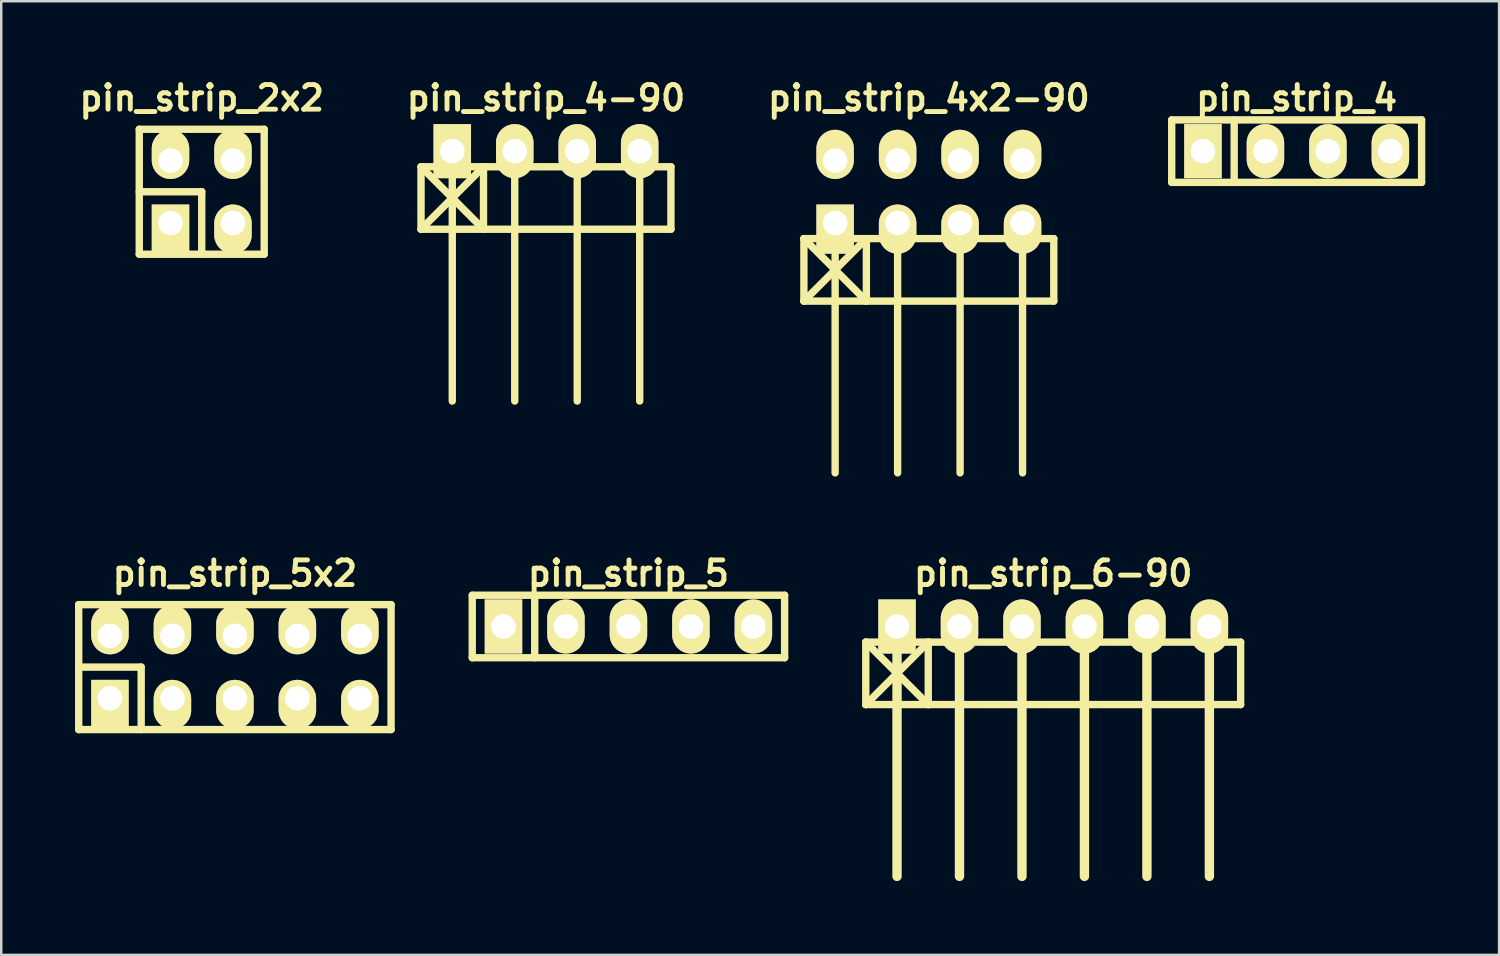
<source format=kicad_pcb>
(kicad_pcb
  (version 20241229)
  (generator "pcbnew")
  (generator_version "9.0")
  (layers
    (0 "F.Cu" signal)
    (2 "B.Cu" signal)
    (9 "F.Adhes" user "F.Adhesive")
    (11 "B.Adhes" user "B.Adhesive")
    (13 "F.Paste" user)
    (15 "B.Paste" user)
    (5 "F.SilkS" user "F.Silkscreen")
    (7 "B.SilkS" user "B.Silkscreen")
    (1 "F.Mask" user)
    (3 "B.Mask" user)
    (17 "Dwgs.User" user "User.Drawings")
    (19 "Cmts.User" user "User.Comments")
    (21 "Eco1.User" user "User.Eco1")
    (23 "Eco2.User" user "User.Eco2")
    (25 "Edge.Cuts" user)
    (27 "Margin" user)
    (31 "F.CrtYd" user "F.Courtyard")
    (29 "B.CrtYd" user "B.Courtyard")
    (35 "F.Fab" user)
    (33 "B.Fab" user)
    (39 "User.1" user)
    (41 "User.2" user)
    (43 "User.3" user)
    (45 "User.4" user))
  (footprint "pin_strip_6-90"
    (layer "F.Cu")
    (at 39.77 22.421)
    (property "Reference" "pin_strip_6-90" (at 0 -2.159 0) (layer "F.SilkS") (effects (font (size 1 1) (thickness 0.2))))
    (attr through_hole)
    (fp_line (start -7.62 0.635) (end 7.62 0.635) (stroke (width 0.3) (type solid)) (layer "F.SilkS"))
    (fp_line (start -7.62 3.175) (end -7.62 0.635) (stroke (width 0.3) (type solid)) (layer "F.SilkS"))
    (fp_line (start -7.62 3.175) (end -5.08 0.635) (stroke (width 0.3) (type solid)) (layer "F.SilkS"))
    (fp_line (start -6.35 0) (end -6.35 10.16) (stroke (width 0.381) (type solid)) (layer "F.SilkS"))
    (fp_line (start -5.08 0.635) (end -5.08 3.175) (stroke (width 0.3) (type solid)) (layer "F.SilkS"))
    (fp_line (start -5.08 3.175) (end -7.62 0.635) (stroke (width 0.3) (type solid)) (layer "F.SilkS"))
    (fp_line (start -3.81 0) (end -3.81 10.16) (stroke (width 0.381) (type solid)) (layer "F.SilkS"))
    (fp_line (start -1.27 10.16) (end -1.27 0) (stroke (width 0.381) (type solid)) (layer "F.SilkS"))
    (fp_line (start 1.27 0) (end 1.27 10.16) (stroke (width 0.381) (type solid)) (layer "F.SilkS"))
    (fp_line (start 3.81 0) (end 3.81 10.16) (stroke (width 0.381) (type solid)) (layer "F.SilkS"))
    (fp_line (start 6.35 0) (end 6.35 10.16) (stroke (width 0.381) (type solid)) (layer "F.SilkS"))
    (fp_line (start 7.62 0.635) (end 7.62 3.175) (stroke (width 0.3) (type solid)) (layer "F.SilkS"))
    (fp_line (start 7.62 3.175) (end -7.62 3.175) (stroke (width 0.3) (type solid)) (layer "F.SilkS"))
    (pad "1" thru_hole rect (at -6.35 0) (size 1.524 2.2) (drill 1.001) (layers "*.Cu" "*.Mask" "F.SilkS"))
    (pad "2" thru_hole oval (at -3.81 0) (size 1.524 2.2) (drill 1.001) (layers "*.Cu" "*.Mask" "F.SilkS"))
    (pad "3" thru_hole oval (at -1.27 0) (size 1.524 2.2) (drill 1.001) (layers "*.Cu" "*.Mask" "F.SilkS"))
    (pad "4" thru_hole oval (at 1.27 0) (size 1.524 2.2) (drill 1.001) (layers "*.Cu" "*.Mask" "F.SilkS"))
    (pad "5" thru_hole oval (at 3.81 0) (size 1.524 2.2) (drill 1.001) (layers "*.Cu" "*.Mask" "F.SilkS"))
    (pad "6" thru_hole oval (at 6.35 0) (size 1.524 2.2) (drill 1.001) (layers "*.Cu" "*.Mask" "F.SilkS")))
  (footprint "pin_strip_4-90"
    (layer "F.Cu")
    (at 19.148 3.095)
    (property "Reference" "pin_strip_4-90" (at 0 -2.159 0) (layer "F.SilkS") (effects (font (size 1 1) (thickness 0.2))))
    (attr through_hole)
    (fp_line (start -5.08 0.635) (end -2.54 3.175) (stroke (width 0.3) (type solid)) (layer "F.SilkS"))
    (fp_line (start -5.08 0.635) (end 5.08 0.635) (stroke (width 0.3) (type solid)) (layer "F.SilkS"))
    (fp_line (start -5.08 3.175) (end -5.08 0.635) (stroke (width 0.3) (type solid)) (layer "F.SilkS"))
    (fp_line (start -3.81 0) (end -3.81 10.16) (stroke (width 0.3) (type solid)) (layer "F.SilkS"))
    (fp_line (start -2.54 0.635) (end -5.08 3.175) (stroke (width 0.3) (type solid)) (layer "F.SilkS"))
    (fp_line (start -2.54 0.635) (end -2.54 3.175) (stroke (width 0.3) (type solid)) (layer "F.SilkS"))
    (fp_line (start -1.27 0) (end -1.27 10.16) (stroke (width 0.3) (type solid)) (layer "F.SilkS"))
    (fp_line (start 1.27 10.16) (end 1.27 0) (stroke (width 0.3) (type solid)) (layer "F.SilkS"))
    (fp_line (start 3.81 0) (end 3.81 10.16) (stroke (width 0.3) (type solid)) (layer "F.SilkS"))
    (fp_line (start 5.08 0.635) (end 5.08 3.175) (stroke (width 0.3) (type solid)) (layer "F.SilkS"))
    (fp_line (start 5.08 3.175) (end -5.08 3.175) (stroke (width 0.3) (type solid)) (layer "F.SilkS"))
    (pad "1" thru_hole rect (at -3.81 0) (size 1.524 2.2) (drill 1.001) (layers "*.Cu" "*.Mask" "F.SilkS"))
    (pad "2" thru_hole oval (at -1.27 0) (size 1.524 2.2) (drill 1.001) (layers "*.Cu" "*.Mask" "F.SilkS"))
    (pad "3" thru_hole oval (at 1.27 0) (size 1.524 2.2) (drill 1.001) (layers "*.Cu" "*.Mask" "F.SilkS"))
    (pad "4" thru_hole oval (at 3.81 0) (size 1.524 2.2) (drill 1.001) (layers "*.Cu" "*.Mask" "F.SilkS")))
  (footprint "pin_strip_4x2-90"
    (layer "F.Cu")
    (at 34.714 4.746)
    (property "Reference" "pin_strip_4x2-90" (at 0 -3.81 0) (layer "F.SilkS") (effects (font (size 1 1) (thickness 0.2))))
    (attr through_hole)
    (fp_line (start -5.08 1.905) (end -2.54 4.445) (stroke (width 0.3) (type solid)) (layer "F.SilkS"))
    (fp_line (start -5.08 1.905) (end 5.08 1.905) (stroke (width 0.3) (type solid)) (layer "F.SilkS"))
    (fp_line (start -5.08 4.445) (end -5.08 1.905) (stroke (width 0.3) (type solid)) (layer "F.SilkS"))
    (fp_line (start -3.81 1.27) (end -3.81 11.43) (stroke (width 0.3) (type solid)) (layer "F.SilkS"))
    (fp_line (start -2.54 1.905) (end -5.08 4.445) (stroke (width 0.3) (type solid)) (layer "F.SilkS"))
    (fp_line (start -2.54 4.445) (end -2.54 1.905) (stroke (width 0.3) (type solid)) (layer "F.SilkS"))
    (fp_line (start -1.27 1.27) (end -1.27 11.43) (stroke (width 0.3) (type solid)) (layer "F.SilkS"))
    (fp_line (start 1.27 11.43) (end 1.27 1.27) (stroke (width 0.3) (type solid)) (layer "F.SilkS"))
    (fp_line (start 3.81 1.27) (end 3.81 11.43) (stroke (width 0.3) (type solid)) (layer "F.SilkS"))
    (fp_line (start 5.08 1.905) (end 5.08 4.445) (stroke (width 0.3) (type solid)) (layer "F.SilkS"))
    (fp_line (start 5.08 4.445) (end -5.08 4.445) (stroke (width 0.3) (type solid)) (layer "F.SilkS"))
    (pad "1" thru_hole rect (at -3.81 1.27) (size 1.524 1.999) (drill 1.001 (offset 0 0.249)) (layers "*.Cu" "*.Mask" "F.SilkS"))
    (pad "2" thru_hole oval (at -3.81 -1.27) (size 1.524 1.999) (drill 1.001 (offset 0 -0.249)) (layers "*.Cu" "*.Mask" "F.SilkS"))
    (pad "3" thru_hole oval (at -1.27 1.27) (size 1.524 1.999) (drill 1.001 (offset 0 0.249)) (layers "*.Cu" "*.Mask" "F.SilkS"))
    (pad "4" thru_hole oval (at -1.27 -1.27) (size 1.524 1.999) (drill 1.001 (offset 0 -0.249)) (layers "*.Cu" "*.Mask" "F.SilkS"))
    (pad "5" thru_hole oval (at 1.27 1.27) (size 1.524 1.999) (drill 1.001 (offset 0 0.249)) (layers "*.Cu" "*.Mask" "F.SilkS"))
    (pad "6" thru_hole oval (at 1.27 -1.27) (size 1.524 1.999) (drill 1.001 (offset 0 -0.249)) (layers "*.Cu" "*.Mask" "F.SilkS"))
    (pad "7" thru_hole oval (at 3.81 1.27) (size 1.524 1.999) (drill 1.001 (offset 0 0.249)) (layers "*.Cu" "*.Mask" "F.SilkS"))
    (pad "8" thru_hole oval (at 3.81 -1.27) (size 1.524 1.999) (drill 1.001 (offset 0 -0.249)) (layers "*.Cu" "*.Mask" "F.SilkS")))
  (footprint "pin_strip_5x2"
    (layer "F.Cu")
    (at 6.5 24.072)
    (property "Reference" "pin_strip_5x2" (at 0 -3.81 0) (layer "F.SilkS") (effects (font (size 1 1) (thickness 0.2))))
    (attr through_hole)
    (fp_line (start -6.35 -2.54) (end -6.35 2.54) (stroke (width 0.3) (type solid)) (layer "F.SilkS"))
    (fp_line (start -6.35 -2.54) (end 6.35 -2.54) (stroke (width 0.3) (type solid)) (layer "F.SilkS"))
    (fp_line (start -6.35 0) (end -3.81 0) (stroke (width 0.3) (type solid)) (layer "F.SilkS"))
    (fp_line (start -3.81 0) (end -3.81 2.54) (stroke (width 0.3) (type solid)) (layer "F.SilkS"))
    (fp_line (start 6.35 -2.54) (end 6.35 2.54) (stroke (width 0.3) (type solid)) (layer "F.SilkS"))
    (fp_line (start 6.35 2.54) (end -6.35 2.54) (stroke (width 0.3) (type solid)) (layer "F.SilkS"))
    (pad "1" thru_hole rect (at -5.08 1.27) (size 1.524 1.999) (drill 1.001 (offset 0 0.249)) (layers "*.Cu" "*.Mask" "F.SilkS"))
    (pad "2" thru_hole oval (at -5.08 -1.27) (size 1.524 1.999) (drill 1.001 (offset 0 -0.249)) (layers "*.Cu" "*.Mask" "F.SilkS"))
    (pad "3" thru_hole oval (at -2.54 1.27) (size 1.524 1.999) (drill 1.001 (offset 0 0.249)) (layers "*.Cu" "*.Mask" "F.SilkS"))
    (pad "4" thru_hole oval (at -2.54 -1.27) (size 1.524 1.999) (drill 1.001 (offset 0 -0.249)) (layers "*.Cu" "*.Mask" "F.SilkS"))
    (pad "5" thru_hole oval (at 0 1.27) (size 1.524 1.999) (drill 1.001 (offset 0 0.249)) (layers "*.Cu" "*.Mask" "F.SilkS"))
    (pad "6" thru_hole oval (at 0 -1.27) (size 1.524 1.999) (drill 1.001 (offset 0 -0.249)) (layers "*.Cu" "*.Mask" "F.SilkS"))
    (pad "7" thru_hole oval (at 2.54 1.27) (size 1.524 1.999) (drill 1.001 (offset 0 0.249)) (layers "*.Cu" "*.Mask" "F.SilkS"))
    (pad "8" thru_hole oval (at 2.54 -1.27) (size 1.524 1.999) (drill 1.001 (offset 0 -0.249)) (layers "*.Cu" "*.Mask" "F.SilkS"))
    (pad "9" thru_hole oval (at 5.08 1.27) (size 1.524 1.999) (drill 1.001 (offset 0 0.249)) (layers "*.Cu" "*.Mask" "F.SilkS"))
    (pad "10" thru_hole oval (at 5.08 -1.27) (size 1.524 1.999) (drill 1.001 (offset 0 -0.249)) (layers "*.Cu" "*.Mask" "F.SilkS")))
  (footprint "pin_strip_4"
    (layer "F.Cu")
    (at 49.668 3.095)
    (property "Reference" "pin_strip_4" (at 0 -2.159 0) (layer "F.SilkS") (effects (font (size 1 1) (thickness 0.2))))
    (attr through_hole)
    (fp_line (start -5.08 -1.27) (end 5.08 -1.27) (stroke (width 0.3) (type solid)) (layer "F.SilkS"))
    (fp_line (start -5.08 1.27) (end -5.08 -1.27) (stroke (width 0.3) (type solid)) (layer "F.SilkS"))
    (fp_line (start -2.54 -1.27) (end -2.54 1.27) (stroke (width 0.3) (type solid)) (layer "F.SilkS"))
    (fp_line (start 5.08 -1.27) (end 5.08 1.27) (stroke (width 0.3) (type solid)) (layer "F.SilkS"))
    (fp_line (start 5.08 1.27) (end -5.08 1.27) (stroke (width 0.3) (type solid)) (layer "F.SilkS"))
    (pad "1" thru_hole rect (at -3.81 0) (size 1.524 2.2) (drill 1.001) (layers "*.Cu" "*.Mask" "F.SilkS"))
    (pad "2" thru_hole oval (at -1.27 0) (size 1.524 2.2) (drill 1.001) (layers "*.Cu" "*.Mask" "F.SilkS"))
    (pad "3" thru_hole oval (at 1.27 0) (size 1.524 2.2) (drill 1.001) (layers "*.Cu" "*.Mask" "F.SilkS"))
    (pad "4" thru_hole oval (at 3.81 0) (size 1.524 2.2) (drill 1.001) (layers "*.Cu" "*.Mask" "F.SilkS")))
  (footprint "pin_strip_2x2"
    (layer "F.Cu")
    (at 5.152 4.746)
    (property "Reference" "pin_strip_2x2" (at 0 -3.81 0) (layer "F.SilkS") (effects (font (size 1 1) (thickness 0.2))))
    (attr through_hole)
    (fp_line (start -2.54 -2.54) (end -2.54 2.54) (stroke (width 0.3) (type solid)) (layer "F.SilkS"))
    (fp_line (start -2.54 -2.54) (end 2.54 -2.54) (stroke (width 0.3) (type solid)) (layer "F.SilkS"))
    (fp_line (start -2.54 0) (end 0 0) (stroke (width 0.3) (type solid)) (layer "F.SilkS"))
    (fp_line (start 0 0) (end 0 2.54) (stroke (width 0.3) (type solid)) (layer "F.SilkS"))
    (fp_line (start 2.54 -2.54) (end 2.54 2.54) (stroke (width 0.3) (type solid)) (layer "F.SilkS"))
    (fp_line (start 2.54 2.54) (end -2.54 2.54) (stroke (width 0.3) (type solid)) (layer "F.SilkS"))
    (pad "1" thru_hole rect (at -1.27 1.27) (size 1.524 1.999) (drill 1.001 (offset 0 0.249)) (layers "*.Cu" "*.Mask" "F.SilkS"))
    (pad "2" thru_hole oval (at -1.27 -1.27) (size 1.524 1.999) (drill 1.001 (offset 0 -0.249)) (layers "*.Cu" "*.Mask" "F.SilkS"))
    (pad "3" thru_hole oval (at 1.27 1.27) (size 1.524 1.999) (drill 1.001 (offset 0 0.249)) (layers "*.Cu" "*.Mask" "F.SilkS"))
    (pad "4" thru_hole oval (at 1.27 -1.27) (size 1.524 1.999) (drill 1.001 (offset 0 -0.249)) (layers "*.Cu" "*.Mask" "F.SilkS")))
  (footprint "pin_strip_5"
    (layer "F.Cu")
    (at 22.5 22.421)
    (property "Reference" "pin_strip_5" (at 0 -2.159 0) (layer "F.SilkS") (effects (font (size 1 1) (thickness 0.2))))
    (attr through_hole)
    (fp_line (start -6.35 -1.27) (end 6.35 -1.27) (stroke (width 0.3) (type solid)) (layer "F.SilkS"))
    (fp_line (start -6.35 1.27) (end -6.35 -1.27) (stroke (width 0.3) (type solid)) (layer "F.SilkS"))
    (fp_line (start -3.81 -1.27) (end -3.81 1.27) (stroke (width 0.3) (type solid)) (layer "F.SilkS"))
    (fp_line (start 6.35 -1.27) (end 6.35 1.27) (stroke (width 0.3) (type solid)) (layer "F.SilkS"))
    (fp_line (start 6.35 1.27) (end -6.35 1.27) (stroke (width 0.3) (type solid)) (layer "F.SilkS"))
    (pad "1" thru_hole rect (at -5.08 0) (size 1.524 2.2) (drill 1.001) (layers "*.Cu" "*.Mask" "F.SilkS"))
    (pad "2" thru_hole oval (at -2.54 0) (size 1.524 2.2) (drill 1.001) (layers "*.Cu" "*.Mask" "F.SilkS"))
    (pad "3" thru_hole oval (at 0 0) (size 1.524 2.2) (drill 1.001) (layers "*.Cu" "*.Mask" "F.SilkS"))
    (pad "4" thru_hole oval (at 2.54 0) (size 1.524 2.2) (drill 1.001) (layers "*.Cu" "*.Mask" "F.SilkS"))
    (pad "5" thru_hole oval (at 5.08 0) (size 1.524 2.2) (drill 1.001) (layers "*.Cu" "*.Mask" "F.SilkS")))
  (gr_rect
    (start -3 -3)
    (end 57.898 35.772)
    (stroke (width 0.1) (type default))
    (fill no)
    (layer "Edge.Cuts")))
</source>
